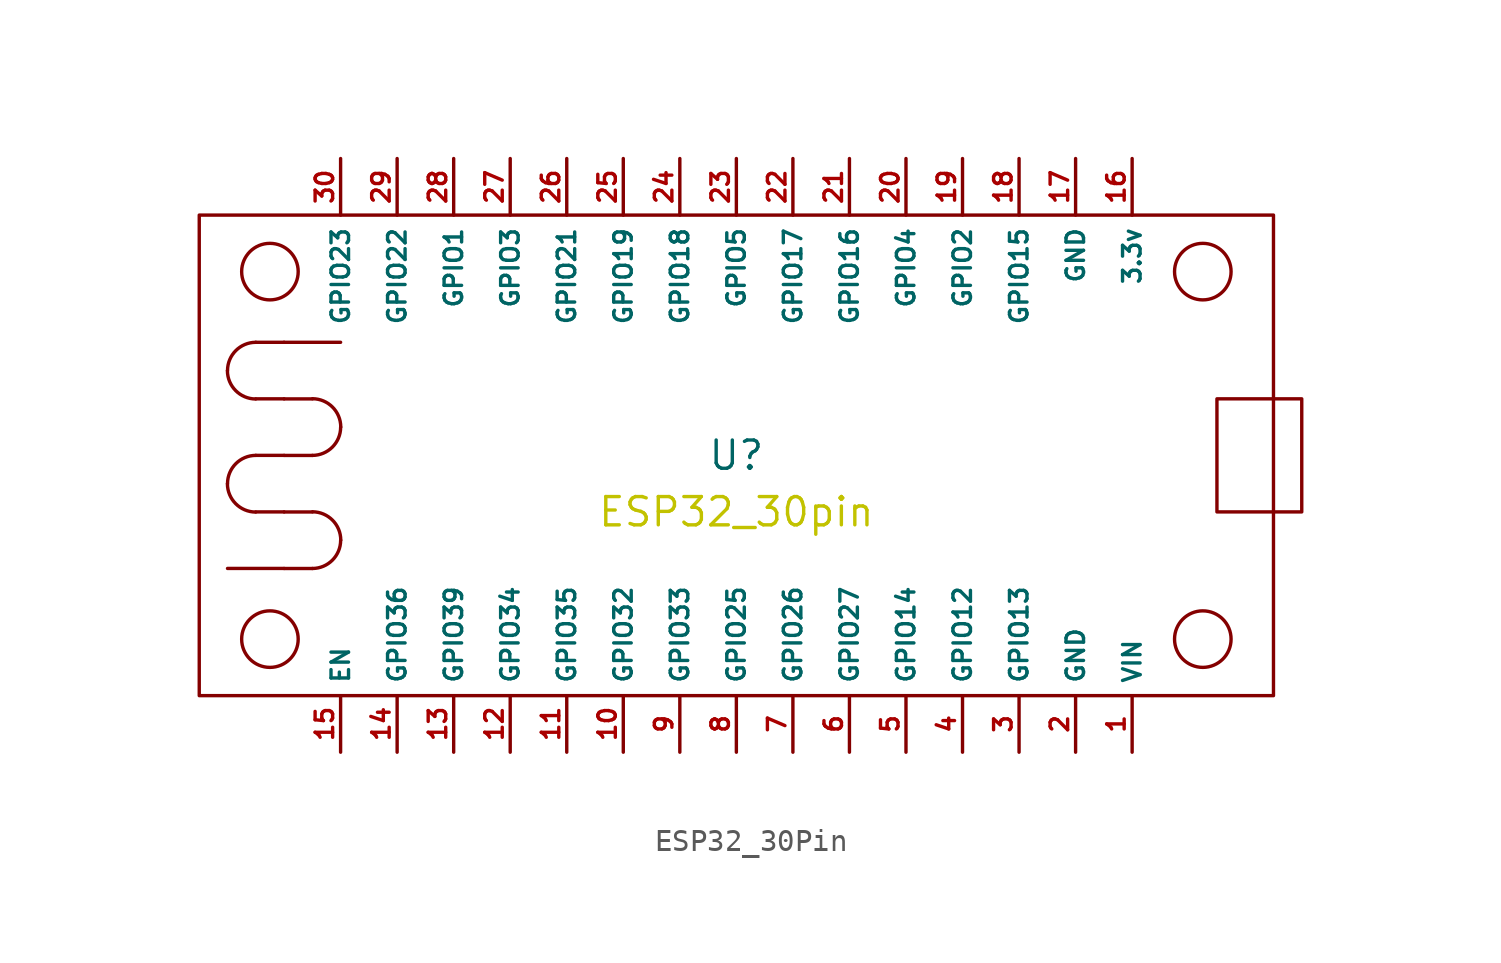
<source format=kicad_sym>
(kicad_symbol_lib
  (version 20241209)
  (generator "kicad_symbol_editor")
  (generator_version "9.0")
  (symbol "ESP32_30Pin"
    (property "Reference" "U"
      (at 0 0 0)
      (effects (font (size 1.27 1.27))))
    (property "Value" ""
      (at 0 0 0)
      (effects (font (size 1.27 1.27))))
    (property "Footprint" "ESP32_30pin"
      (at 0 -2.54 0)
      (effects (font (size 1.27 1.27) (color 194 194 0 1))))
    (symbol "ESP32_30Pin_0_1"
      (rectangle (start -24.13 10.795) (end 24.13 -10.795) (stroke (width 0) (type default)) (fill (type none)))
      (polyline (pts (xy -21.59 5.08) (xy -20.32 5.08)) (stroke (width 0) (type default)) (fill (type none)))
      (polyline (pts (xy -21.59 2.54) (xy -20.32 2.54)) (stroke (width 0) (type default)) (fill (type none)))
      (polyline (pts (xy -21.59 0) (xy -20.32 0)) (stroke (width 0) (type default)) (fill (type none)))
      (polyline (pts (xy -21.59 -2.54) (xy -20.32 -2.54)) (stroke (width 0) (type default)) (fill (type none)))
      (arc (start -21.5975 2.5325) (mid -22.4933 2.9067) (end -22.8675 3.8025) (stroke (width 0) (type default)) (fill (type none)))
      (arc (start -21.5975 -2.5475) (mid -22.4933 -2.1733) (end -22.8675 -1.2775) (stroke (width 0) (type default)) (fill (type none)))
      (arc (start -22.86 3.81) (mid -22.4873 4.7073) (end -21.59 5.08) (stroke (width 0) (type default)) (fill (type none)))
      (arc (start -22.86 -1.27) (mid -22.4873 -0.3727) (end -21.59 0) (stroke (width 0) (type default)) (fill (type none)))
      (circle (center -20.955 8.255) (radius 1.27) (stroke (width 0) (type default)) (fill (type none)))
      (circle (center -20.955 -8.255) (radius 1.27) (stroke (width 0) (type default)) (fill (type none)))
      (polyline (pts (xy -20.32 5.08) (xy -17.78 5.08)) (stroke (width 0) (type default)) (fill (type none)))
      (polyline (pts (xy -20.32 -5.08) (xy -22.86 -5.08)) (stroke (width 0) (type default)) (fill (type none)))
      (arc (start -17.7775 1.2675) (mid -18.1502 0.3702) (end -19.0475 -0.0025) (stroke (width 0) (type default)) (fill (type none)))
      (arc (start -17.7775 -3.8125) (mid -18.1502 -4.7098) (end -19.0475 -5.0825) (stroke (width 0) (type default)) (fill (type none)))
      (arc (start -19.04 2.545) (mid -18.1442 2.1708) (end -17.77 1.275) (stroke (width 0) (type default)) (fill (type none)))
      (arc (start -19.04 -2.535) (mid -18.1442 -2.9092) (end -17.77 -3.805) (stroke (width 0) (type default)) (fill (type none)))
      (polyline (pts (xy -19.047 2.538) (xy -20.317 2.538)) (stroke (width 0) (type default)) (fill (type none)))
      (polyline (pts (xy -19.047 -0.003) (xy -20.317 -0.003)) (stroke (width 0) (type default)) (fill (type none)))
      (polyline (pts (xy -19.047 -2.542) (xy -20.317 -2.542)) (stroke (width 0) (type default)) (fill (type none)))
      (polyline (pts (xy -19.047 -5.082) (xy -20.317 -5.082)) (stroke (width 0) (type default)) (fill (type none)))
      (circle (center 20.955 8.255) (radius 1.27) (stroke (width 0) (type default)) (fill (type none)))
      (circle (center 20.955 -8.255) (radius 1.27) (stroke (width 0) (type default)) (fill (type none)))
      (rectangle (start 21.59 2.54) (end 25.4 -2.54) (stroke (width 0) (type default)) (fill (type none))))
    (symbol "ESP32_30Pin_1_1"
      (pin bidirectional line (at -17.78 13.335 270) (length 2.54) (name "GPIO23" (effects (font (size 0.787 0.787)))) (number "30" (effects (font (size 0.787 0.787)))))
      (pin bidirectional line (at -17.78 -13.335 90) (length 2.54) (name "EN" (effects (font (size 0.787 0.787)))) (number "15" (effects (font (size 0.787 0.787)))))
      (pin bidirectional line (at -15.24 13.335 270) (length 2.54) (name "GPIO22" (effects (font (size 0.787 0.787)))) (number "29" (effects (font (size 0.787 0.787)))))
      (pin bidirectional line (at -15.24 -13.335 90) (length 2.54) (name "GPIO36" (effects (font (size 0.787 0.787)))) (number "14" (effects (font (size 0.787 0.787)))))
      (pin bidirectional line (at -12.7 13.335 270) (length 2.54) (name "GPIO1" (effects (font (size 0.787 0.787)))) (number "28" (effects (font (size 0.787 0.787)))))
      (pin bidirectional line (at -12.7 -13.335 90) (length 2.54) (name "GPIO39" (effects (font (size 0.787 0.787)))) (number "13" (effects (font (size 0.787 0.787)))))
      (pin bidirectional line (at -10.16 13.335 270) (length 2.54) (name "GPIO3" (effects (font (size 0.787 0.787)))) (number "27" (effects (font (size 0.787 0.787)))))
      (pin bidirectional line (at -10.16 -13.335 90) (length 2.54) (name "GPIO34" (effects (font (size 0.787 0.787)))) (number "12" (effects (font (size 0.787 0.787)))))
      (pin bidirectional line (at -7.62 13.335 270) (length 2.54) (name "GPIO21" (effects (font (size 0.787 0.787)))) (number "26" (effects (font (size 0.787 0.787)))))
      (pin bidirectional line (at -7.62 -13.335 90) (length 2.54) (name "GPIO35" (effects (font (size 0.787 0.787)))) (number "11" (effects (font (size 0.787 0.787)))))
      (pin bidirectional line (at -5.08 13.335 270) (length 2.54) (name "GPIO19" (effects (font (size 0.787 0.787)))) (number "25" (effects (font (size 0.787 0.787)))))
      (pin bidirectional line (at -5.08 -13.335 90) (length 2.54) (name "GPIO32" (effects (font (size 0.787 0.787)))) (number "10" (effects (font (size 0.787 0.787)))))
      (pin bidirectional line (at -2.54 13.335 270) (length 2.54) (name "GPIO18" (effects (font (size 0.787 0.787)))) (number "24" (effects (font (size 0.787 0.787)))))
      (pin bidirectional line (at -2.54 -13.335 90) (length 2.54) (name "GPIO33" (effects (font (size 0.787 0.787)))) (number "9" (effects (font (size 0.787 0.787)))))
      (pin bidirectional line (at 0 13.335 270) (length 2.54) (name "GPIO5" (effects (font (size 0.787 0.787)))) (number "23" (effects (font (size 0.787 0.787)))))
      (pin bidirectional line (at 0 -13.335 90) (length 2.54) (name "GPIO25" (effects (font (size 0.787 0.787)))) (number "8" (effects (font (size 0.787 0.787)))))
      (pin bidirectional line (at 2.54 13.335 270) (length 2.54) (name "GPIO17" (effects (font (size 0.787 0.787)))) (number "22" (effects (font (size 0.787 0.787)))))
      (pin bidirectional line (at 2.54 -13.335 90) (length 2.54) (name "GPIO26" (effects (font (size 0.787 0.787)))) (number "7" (effects (font (size 0.787 0.787)))))
      (pin bidirectional line (at 5.08 13.335 270) (length 2.54) (name "GPIO16" (effects (font (size 0.787 0.787)))) (number "21" (effects (font (size 0.787 0.787)))))
      (pin bidirectional line (at 5.08 -13.335 90) (length 2.54) (name "GPIO27" (effects (font (size 0.787 0.787)))) (number "6" (effects (font (size 0.787 0.787)))))
      (pin bidirectional line (at 7.62 13.335 270) (length 2.54) (name "GPIO4" (effects (font (size 0.787 0.787)))) (number "20" (effects (font (size 0.787 0.787)))))
      (pin bidirectional line (at 7.62 -13.335 90) (length 2.54) (name "GPIO14" (effects (font (size 0.787 0.787)))) (number "5" (effects (font (size 0.787 0.787)))))
      (pin bidirectional line (at 10.16 13.335 270) (length 2.54) (name "GPIO2" (effects (font (size 0.787 0.787)))) (number "19" (effects (font (size 0.787 0.787)))))
      (pin bidirectional line (at 10.16 -13.335 90) (length 2.54) (name "GPIO12" (effects (font (size 0.787 0.787)))) (number "4" (effects (font (size 0.787 0.787)))))
      (pin bidirectional line (at 12.7 13.335 270) (length 2.54) (name "GPIO15" (effects (font (size 0.787 0.787)))) (number "18" (effects (font (size 0.787 0.787)))))
      (pin bidirectional line (at 12.7 -13.335 90) (length 2.54) (name "GPIO13" (effects (font (size 0.787 0.787)))) (number "3" (effects (font (size 0.787 0.787)))))
      (pin power_in line (at 15.24 13.335 270) (length 2.54) (name "GND" (effects (font (size 0.787 0.787)))) (number "17" (effects (font (size 0.787 0.787)))))
      (pin bidirectional line (at 15.24 -13.335 90) (length 2.54) (name "GND" (effects (font (size 0.787 0.787)))) (number "2" (effects (font (size 0.787 0.787)))))
      (pin output line (at 17.78 13.335 270) (length 2.54) (name "3.3v" (effects (font (size 0.787 0.787)))) (number "16" (effects (font (size 0.787 0.787)))))
      (pin power_out line (at 17.78 -13.335 90) (length 2.54) (name "VIN" (effects (font (size 0.787 0.787)))) (number "1" (effects (font (size 0.787 0.787))))))))
</source>
